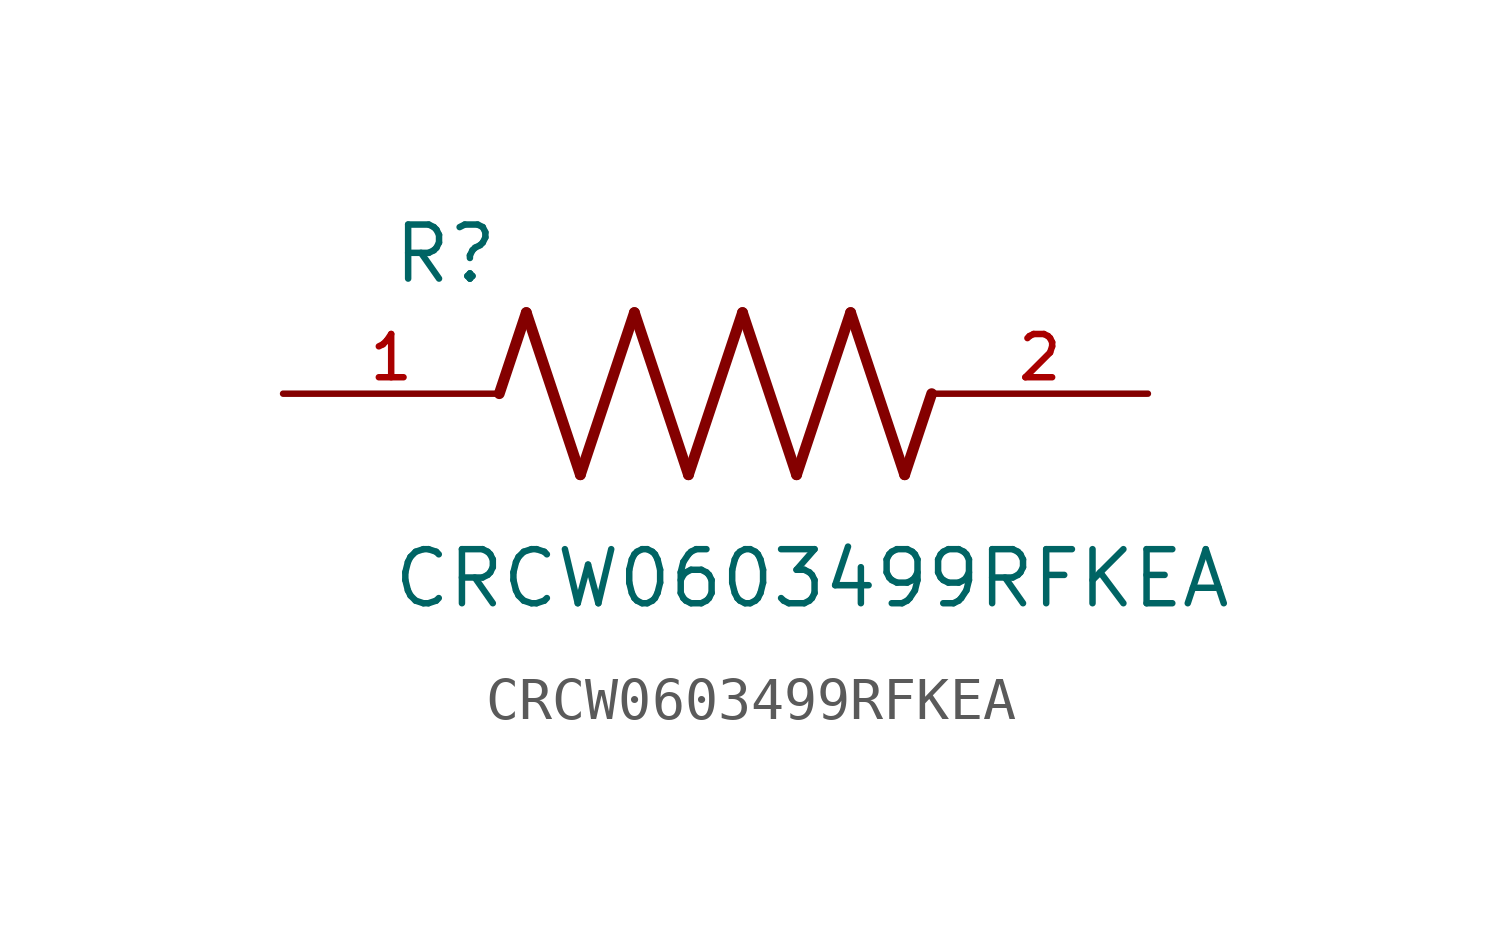
<source format=kicad_sym>
(kicad_symbol_lib
  (version 20211014)
  (generator kicad_symbol_editor)
  (symbol "CRCW0603499RFKEA"
    (pin_names
      (offset 1.016))
    (property "Reference" "R"
      (at -7.624 2.541 0)
      (effects (font (size 1.27 1.27)) (justify bottom left)))
    (property "Value" "CRCW0603499RFKEA"
      (at -7.63 -5.087 0)
      (effects (font (size 1.27 1.27)) (justify bottom left)))
    (symbol "CRCW0603499RFKEA_0_0"
      (polyline (pts (xy -5.08 0.0) (xy -4.445 1.905)) (stroke (width 0.254)))
      (polyline (pts (xy -4.445 1.905) (xy -3.175 -1.905)) (stroke (width 0.254)))
      (polyline (pts (xy -3.175 -1.905) (xy -1.905 1.905)) (stroke (width 0.254)))
      (polyline (pts (xy -1.905 1.905) (xy -0.635 -1.905)) (stroke (width 0.254)))
      (polyline (pts (xy -0.635 -1.905) (xy 0.635 1.905)) (stroke (width 0.254)))
      (polyline (pts (xy 0.635 1.905) (xy 1.905 -1.905)) (stroke (width 0.254)))
      (polyline (pts (xy 1.905 -1.905) (xy 3.175 1.905)) (stroke (width 0.254)))
      (polyline (pts (xy 3.175 1.905) (xy 4.445 -1.905)) (stroke (width 0.254)))
      (polyline (pts (xy 4.445 -1.905) (xy 5.08 0.0)) (stroke (width 0.254)))
      (pin passive line (at -10.16 0.0 0) (length 5.08) (name "~" (effects (font (size 1.016 1.016)))) (number "1" (effects (font (size 1.016 1.016)))))
      (pin passive line (at 10.16 0.0 180.0) (length 5.08) (name "~" (effects (font (size 1.016 1.016)))) (number "2" (effects (font (size 1.016 1.016))))))))
</source>
